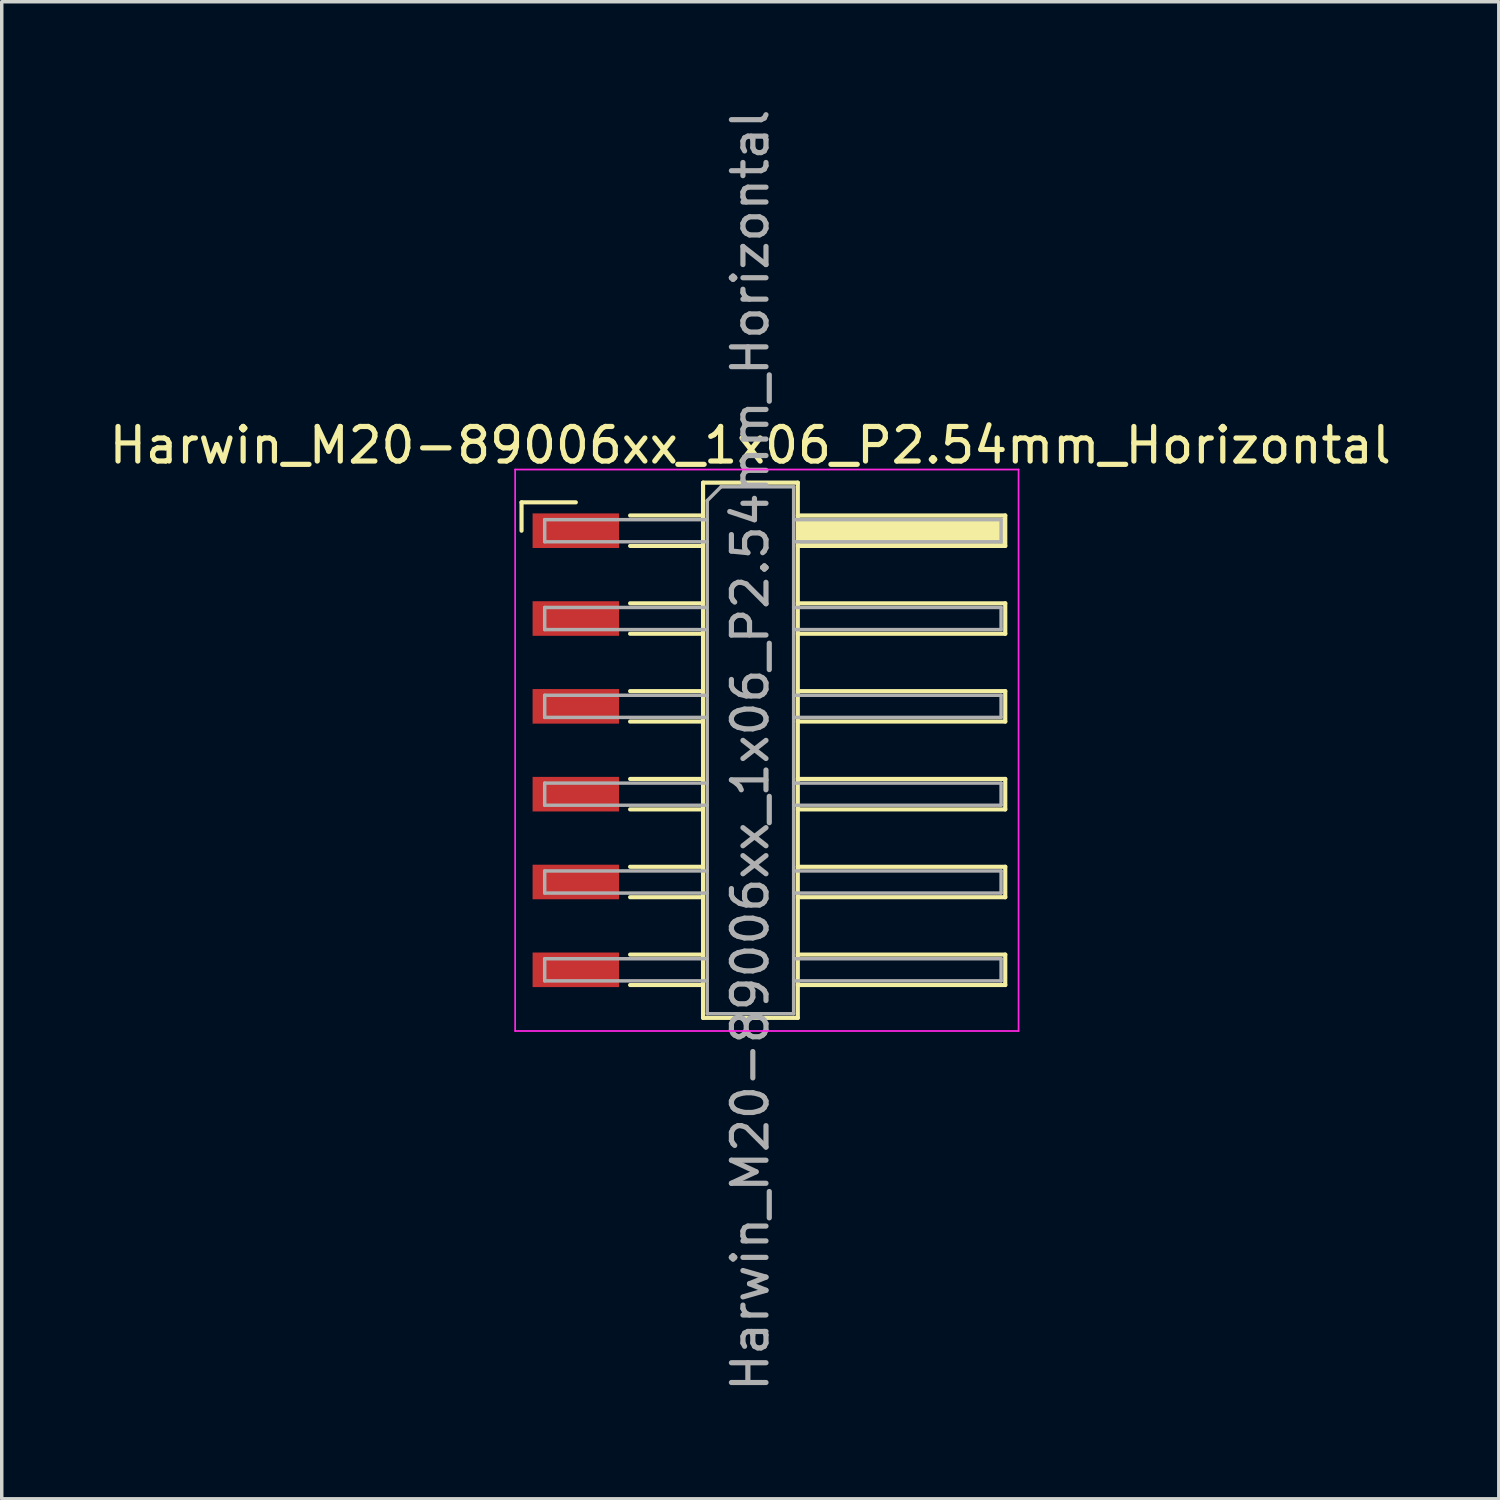
<source format=kicad_pcb>
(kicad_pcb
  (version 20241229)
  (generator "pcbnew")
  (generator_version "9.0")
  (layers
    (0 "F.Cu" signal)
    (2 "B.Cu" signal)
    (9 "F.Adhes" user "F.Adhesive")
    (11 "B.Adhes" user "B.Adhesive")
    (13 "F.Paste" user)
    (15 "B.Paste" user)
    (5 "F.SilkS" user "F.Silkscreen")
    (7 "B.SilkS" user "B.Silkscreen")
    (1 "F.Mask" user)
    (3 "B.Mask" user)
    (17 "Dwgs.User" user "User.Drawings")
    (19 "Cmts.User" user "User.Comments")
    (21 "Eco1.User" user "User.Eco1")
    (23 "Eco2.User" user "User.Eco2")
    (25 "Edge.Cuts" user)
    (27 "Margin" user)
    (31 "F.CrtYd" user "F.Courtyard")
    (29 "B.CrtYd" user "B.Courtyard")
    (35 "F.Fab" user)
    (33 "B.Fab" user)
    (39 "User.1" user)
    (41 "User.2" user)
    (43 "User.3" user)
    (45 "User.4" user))
  (footprint "Harwin_M20-89006xx_1x06_P2.54mm_Horizontal"
    (layer "F.Cu")
    (at 19.129 18.649)
    (property "Reference" "Harwin_M20-89006xx_1x06_P2.54mm_Horizontal" (at -0.48 -8.82 0) (layer "F.SilkS") (effects (font (size 1 1) (thickness 0.15))))
    (attr smd)
    (fp_line (start -7.095 -7.17) (end -5.525 -7.17) (stroke (width 0.12) (type solid)) (layer "F.SilkS"))
    (fp_line (start -7.095 -6.35) (end -7.095 -7.17) (stroke (width 0.12) (type solid)) (layer "F.SilkS"))
    (fp_line (start -3.955 -6.79) (end -1.845 -6.79) (stroke (width 0.12) (type solid)) (layer "F.SilkS"))
    (fp_line (start -3.955 -5.91) (end -1.845 -5.91) (stroke (width 0.12) (type solid)) (layer "F.SilkS"))
    (fp_line (start -3.955 -4.25) (end -1.845 -4.25) (stroke (width 0.12) (type solid)) (layer "F.SilkS"))
    (fp_line (start -3.955 -3.37) (end -1.845 -3.37) (stroke (width 0.12) (type solid)) (layer "F.SilkS"))
    (fp_line (start -3.955 -1.71) (end -1.845 -1.71) (stroke (width 0.12) (type solid)) (layer "F.SilkS"))
    (fp_line (start -3.955 -0.83) (end -1.845 -0.83) (stroke (width 0.12) (type solid)) (layer "F.SilkS"))
    (fp_line (start -3.955 0.83) (end -1.845 0.83) (stroke (width 0.12) (type solid)) (layer "F.SilkS"))
    (fp_line (start -3.955 1.71) (end -1.845 1.71) (stroke (width 0.12) (type solid)) (layer "F.SilkS"))
    (fp_line (start -3.955 3.37) (end -1.845 3.37) (stroke (width 0.12) (type solid)) (layer "F.SilkS"))
    (fp_line (start -3.955 4.25) (end -1.845 4.25) (stroke (width 0.12) (type solid)) (layer "F.SilkS"))
    (fp_line (start -3.955 5.91) (end -1.845 5.91) (stroke (width 0.12) (type solid)) (layer "F.SilkS"))
    (fp_line (start -3.955 6.79) (end -1.845 6.79) (stroke (width 0.12) (type solid)) (layer "F.SilkS"))
    (fp_line (start -1.845 -7.74) (end 0.895 -7.74) (stroke (width 0.12) (type solid)) (layer "F.SilkS"))
    (fp_line (start -1.845 7.74) (end -1.845 -7.74) (stroke (width 0.12) (type solid)) (layer "F.SilkS"))
    (fp_line (start 0.895 -7.74) (end 0.895 7.74) (stroke (width 0.12) (type solid)) (layer "F.SilkS"))
    (fp_line (start 0.895 -6.79) (end 6.895 -6.79) (stroke (width 0.12) (type solid)) (layer "F.SilkS"))
    (fp_line (start 0.895 -4.25) (end 6.895 -4.25) (stroke (width 0.12) (type solid)) (layer "F.SilkS"))
    (fp_line (start 0.895 -1.71) (end 6.895 -1.71) (stroke (width 0.12) (type solid)) (layer "F.SilkS"))
    (fp_line (start 0.895 0.83) (end 6.895 0.83) (stroke (width 0.12) (type solid)) (layer "F.SilkS"))
    (fp_line (start 0.895 3.37) (end 6.895 3.37) (stroke (width 0.12) (type solid)) (layer "F.SilkS"))
    (fp_line (start 0.895 5.91) (end 6.895 5.91) (stroke (width 0.12) (type solid)) (layer "F.SilkS"))
    (fp_line (start 0.895 7.74) (end -1.845 7.74) (stroke (width 0.12) (type solid)) (layer "F.SilkS"))
    (fp_line (start 6.895 -6.79) (end 6.895 -5.91) (stroke (width 0.12) (type solid)) (layer "F.SilkS"))
    (fp_line (start 6.895 -5.91) (end 0.895 -5.91) (stroke (width 0.12) (type solid)) (layer "F.SilkS"))
    (fp_line (start 6.895 -4.25) (end 6.895 -3.37) (stroke (width 0.12) (type solid)) (layer "F.SilkS"))
    (fp_line (start 6.895 -3.37) (end 0.895 -3.37) (stroke (width 0.12) (type solid)) (layer "F.SilkS"))
    (fp_line (start 6.895 -1.71) (end 6.895 -0.83) (stroke (width 0.12) (type solid)) (layer "F.SilkS"))
    (fp_line (start 6.895 -0.83) (end 0.895 -0.83) (stroke (width 0.12) (type solid)) (layer "F.SilkS"))
    (fp_line (start 6.895 0.83) (end 6.895 1.71) (stroke (width 0.12) (type solid)) (layer "F.SilkS"))
    (fp_line (start 6.895 1.71) (end 0.895 1.71) (stroke (width 0.12) (type solid)) (layer "F.SilkS"))
    (fp_line (start 6.895 3.37) (end 6.895 4.25) (stroke (width 0.12) (type solid)) (layer "F.SilkS"))
    (fp_line (start 6.895 4.25) (end 0.895 4.25) (stroke (width 0.12) (type solid)) (layer "F.SilkS"))
    (fp_line (start 6.895 5.91) (end 6.895 6.79) (stroke (width 0.12) (type solid)) (layer "F.SilkS"))
    (fp_line (start 6.895 6.79) (end 0.895 6.79) (stroke (width 0.12) (type solid)) (layer "F.SilkS"))
    (fp_line (start -7.28 -8.12) (end 7.28 -8.12) (stroke (width 0.05) (type solid)) (layer "F.CrtYd"))
    (fp_line (start -7.28 8.12) (end -7.28 -8.12) (stroke (width 0.05) (type solid)) (layer "F.CrtYd"))
    (fp_line (start 7.28 -8.12) (end 7.28 8.12) (stroke (width 0.05) (type solid)) (layer "F.CrtYd"))
    (fp_line (start 7.28 8.12) (end -7.28 8.12) (stroke (width 0.05) (type solid)) (layer "F.CrtYd"))
    (fp_line (start -6.425 -6.67) (end -6.425 -6.03) (stroke (width 0.1) (type solid)) (layer "F.Fab"))
    (fp_line (start -6.425 -6.03) (end -1.725 -6.03) (stroke (width 0.1) (type solid)) (layer "F.Fab"))
    (fp_line (start -6.425 -4.13) (end -6.425 -3.49) (stroke (width 0.1) (type solid)) (layer "F.Fab"))
    (fp_line (start -6.425 -3.49) (end -1.725 -3.49) (stroke (width 0.1) (type solid)) (layer "F.Fab"))
    (fp_line (start -6.425 -1.59) (end -6.425 -0.95) (stroke (width 0.1) (type solid)) (layer "F.Fab"))
    (fp_line (start -6.425 -0.95) (end -1.725 -0.95) (stroke (width 0.1) (type solid)) (layer "F.Fab"))
    (fp_line (start -6.425 0.95) (end -6.425 1.59) (stroke (width 0.1) (type solid)) (layer "F.Fab"))
    (fp_line (start -6.425 1.59) (end -1.725 1.59) (stroke (width 0.1) (type solid)) (layer "F.Fab"))
    (fp_line (start -6.425 3.49) (end -6.425 4.13) (stroke (width 0.1) (type solid)) (layer "F.Fab"))
    (fp_line (start -6.425 4.13) (end -1.725 4.13) (stroke (width 0.1) (type solid)) (layer "F.Fab"))
    (fp_line (start -6.425 6.03) (end -6.425 6.67) (stroke (width 0.1) (type solid)) (layer "F.Fab"))
    (fp_line (start -6.425 6.67) (end -1.725 6.67) (stroke (width 0.1) (type solid)) (layer "F.Fab"))
    (fp_line (start -1.725 -7.22) (end -1.325 -7.62) (stroke (width 0.1) (type solid)) (layer "F.Fab"))
    (fp_line (start -1.725 -6.67) (end -6.425 -6.67) (stroke (width 0.1) (type solid)) (layer "F.Fab"))
    (fp_line (start -1.725 -4.13) (end -6.425 -4.13) (stroke (width 0.1) (type solid)) (layer "F.Fab"))
    (fp_line (start -1.725 -1.59) (end -6.425 -1.59) (stroke (width 0.1) (type solid)) (layer "F.Fab"))
    (fp_line (start -1.725 0.95) (end -6.425 0.95) (stroke (width 0.1) (type solid)) (layer "F.Fab"))
    (fp_line (start -1.725 3.49) (end -6.425 3.49) (stroke (width 0.1) (type solid)) (layer "F.Fab"))
    (fp_line (start -1.725 6.03) (end -6.425 6.03) (stroke (width 0.1) (type solid)) (layer "F.Fab"))
    (fp_line (start -1.725 7.62) (end -1.725 -7.22) (stroke (width 0.1) (type solid)) (layer "F.Fab"))
    (fp_line (start -1.325 -7.62) (end 0.775 -7.62) (stroke (width 0.1) (type solid)) (layer "F.Fab"))
    (fp_line (start 0.775 -7.62) (end 0.775 7.62) (stroke (width 0.1) (type solid)) (layer "F.Fab"))
    (fp_line (start 0.775 -6.67) (end 6.775 -6.67) (stroke (width 0.1) (type solid)) (layer "F.Fab"))
    (fp_line (start 0.775 -4.13) (end 6.775 -4.13) (stroke (width 0.1) (type solid)) (layer "F.Fab"))
    (fp_line (start 0.775 -1.59) (end 6.775 -1.59) (stroke (width 0.1) (type solid)) (layer "F.Fab"))
    (fp_line (start 0.775 0.95) (end 6.775 0.95) (stroke (width 0.1) (type solid)) (layer "F.Fab"))
    (fp_line (start 0.775 3.49) (end 6.775 3.49) (stroke (width 0.1) (type solid)) (layer "F.Fab"))
    (fp_line (start 0.775 6.03) (end 6.775 6.03) (stroke (width 0.1) (type solid)) (layer "F.Fab"))
    (fp_line (start 0.775 7.62) (end -1.725 7.62) (stroke (width 0.1) (type solid)) (layer "F.Fab"))
    (fp_line (start 6.775 -6.67) (end 6.775 -6.03) (stroke (width 0.1) (type solid)) (layer "F.Fab"))
    (fp_line (start 6.775 -6.03) (end 0.775 -6.03) (stroke (width 0.1) (type solid)) (layer "F.Fab"))
    (fp_line (start 6.775 -4.13) (end 6.775 -3.49) (stroke (width 0.1) (type solid)) (layer "F.Fab"))
    (fp_line (start 6.775 -3.49) (end 0.775 -3.49) (stroke (width 0.1) (type solid)) (layer "F.Fab"))
    (fp_line (start 6.775 -1.59) (end 6.775 -0.95) (stroke (width 0.1) (type solid)) (layer "F.Fab"))
    (fp_line (start 6.775 -0.95) (end 0.775 -0.95) (stroke (width 0.1) (type solid)) (layer "F.Fab"))
    (fp_line (start 6.775 0.95) (end 6.775 1.59) (stroke (width 0.1) (type solid)) (layer "F.Fab"))
    (fp_line (start 6.775 1.59) (end 0.775 1.59) (stroke (width 0.1) (type solid)) (layer "F.Fab"))
    (fp_line (start 6.775 3.49) (end 6.775 4.13) (stroke (width 0.1) (type solid)) (layer "F.Fab"))
    (fp_line (start 6.775 4.13) (end 0.775 4.13) (stroke (width 0.1) (type solid)) (layer "F.Fab"))
    (fp_line (start 6.775 6.03) (end 6.775 6.67) (stroke (width 0.1) (type solid)) (layer "F.Fab"))
    (fp_line (start 6.775 6.67) (end 0.775 6.67) (stroke (width 0.1) (type solid)) (layer "F.Fab"))
    (fp_text user "${REFERENCE}" (at -0.48 0 90) (layer "F.Fab") (effects (font (size 1 1) (thickness 0.15))))
    (pad "" smd rect (at 3.895 -6.35) (size 6 0.76) (layers "F.SilkS"))
    (pad "1" smd rect (at -5.525 -6.35) (size 2.5 1) (layers "F.Cu" "F.Mask" "F.Paste"))
    (pad "2" smd rect (at -5.525 -3.81) (size 2.5 1) (layers "F.Cu" "F.Mask" "F.Paste"))
    (pad "3" smd rect (at -5.525 -1.27) (size 2.5 1) (layers "F.Cu" "F.Mask" "F.Paste"))
    (pad "4" smd rect (at -5.525 1.27) (size 2.5 1) (layers "F.Cu" "F.Mask" "F.Paste"))
    (pad "5" smd rect (at -5.525 3.81) (size 2.5 1) (layers "F.Cu" "F.Mask" "F.Paste"))
    (pad "6" smd rect (at -5.525 6.35) (size 2.5 1) (layers "F.Cu" "F.Mask" "F.Paste")))
  (gr_rect
    (start -3 -3)
    (end 40.298 40.298)
    (stroke (width 0.1) (type default))
    (fill no)
    (layer "Edge.Cuts")))
</source>
